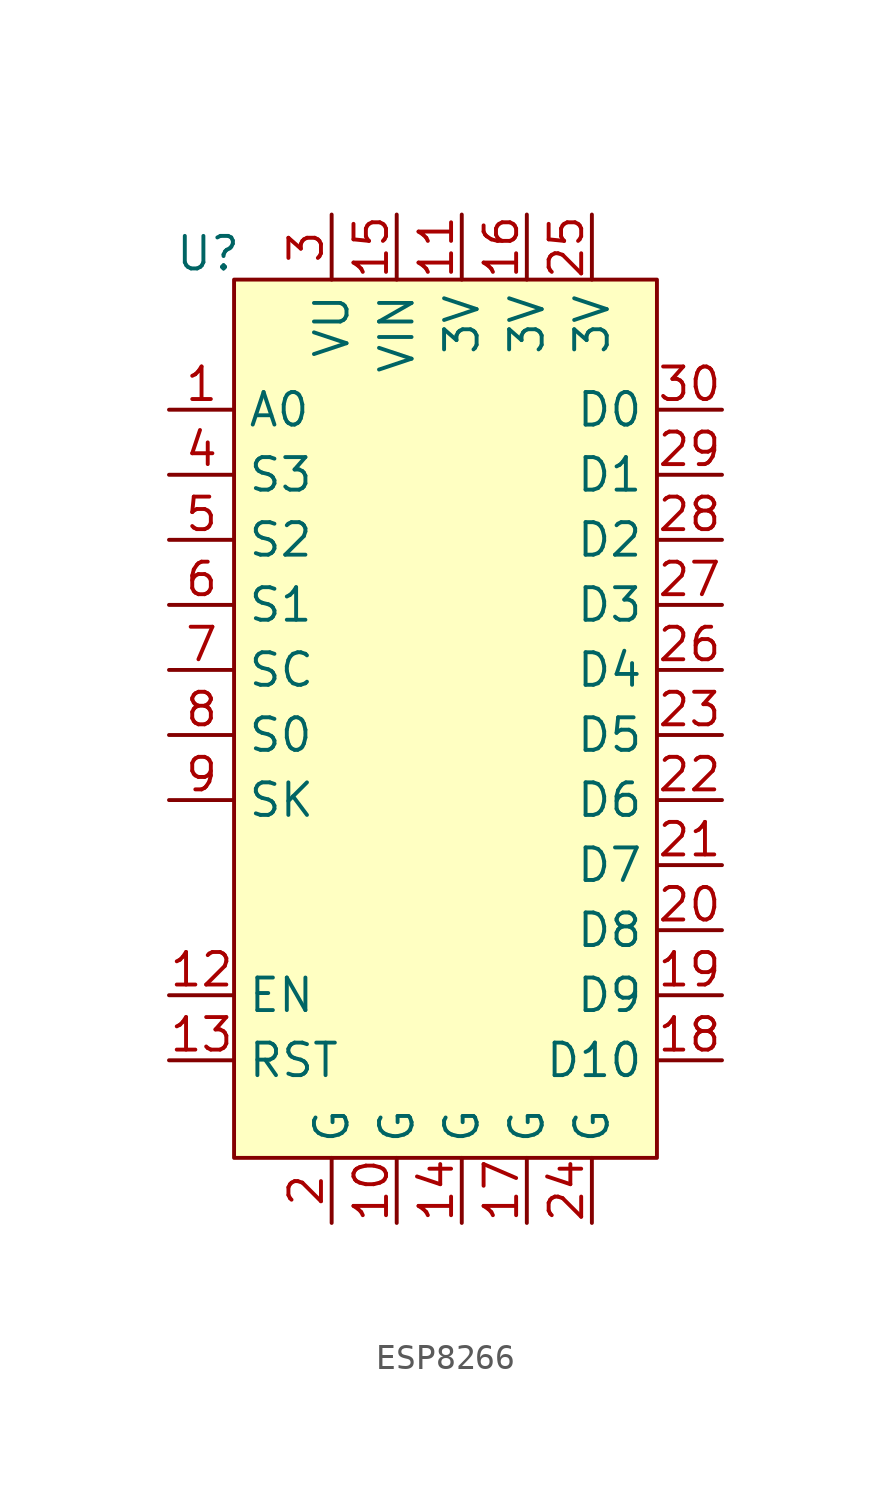
<source format=kicad_sym>
(kicad_symbol_lib
  (version 20231120)
  (generator "kicad_symbol_editor")
  (generator_version "8.0")
  (symbol "ESP8266"
    (property "Reference" "U"
      (at -8.636 14.986 0)
      (effects (font (size 1.27 1.27))))
    (property "Value" ""
      (at -5.08 15.24 0)
      (effects (font (size 1.27 1.27))))
    (symbol "ESP8266_1_1"
      (rectangle (start -7.62 13.97) (end 8.89 -20.32) (stroke (width 0) (type default)) (fill (type background)))
      (pin bidirectional line (at -10.16 8.89 0) (length 2.54) (name "A0" (effects (font (size 1.27 1.27)))) (number "1" (effects (font (size 1.27 1.27)))))
      (pin power_in line (at -1.27 -22.86 90) (length 2.54) (name "G" (effects (font (size 1.27 1.27)))) (number "10" (effects (font (size 1.27 1.27)))))
      (pin bidirectional line (at 1.27 16.51 270) (length 2.54) (name "3V" (effects (font (size 1.27 1.27)))) (number "11" (effects (font (size 1.27 1.27)))))
      (pin bidirectional line (at -10.16 -13.97 0) (length 2.54) (name "EN" (effects (font (size 1.27 1.27)))) (number "12" (effects (font (size 1.27 1.27)))))
      (pin bidirectional line (at -10.16 -16.51 0) (length 2.54) (name "RST" (effects (font (size 1.27 1.27)))) (number "13" (effects (font (size 1.27 1.27)))))
      (pin power_in line (at 1.27 -22.86 90) (length 2.54) (name "G" (effects (font (size 1.27 1.27)))) (number "14" (effects (font (size 1.27 1.27)))))
      (pin power_in line (at -1.27 16.51 270) (length 2.54) (name "VIN" (effects (font (size 1.27 1.27)))) (number "15" (effects (font (size 1.27 1.27)))))
      (pin bidirectional line (at 3.81 16.51 270) (length 2.54) (name "3V" (effects (font (size 1.27 1.27)))) (number "16" (effects (font (size 1.27 1.27)))))
      (pin power_in line (at 3.81 -22.86 90) (length 2.54) (name "G" (effects (font (size 1.27 1.27)))) (number "17" (effects (font (size 1.27 1.27)))))
      (pin output line (at 11.43 -16.51 180) (length 2.54) (name "D10" (effects (font (size 1.27 1.27)))) (number "18" (effects (font (size 1.27 1.27)))))
      (pin input line (at 11.43 -13.97 180) (length 2.54) (name "D9" (effects (font (size 1.27 1.27)))) (number "19" (effects (font (size 1.27 1.27)))))
      (pin power_in line (at -3.81 -22.86 90) (length 2.54) (name "G" (effects (font (size 1.27 1.27)))) (number "2" (effects (font (size 1.27 1.27)))))
      (pin bidirectional line (at 11.43 -11.43 180) (length 2.54) (name "D8" (effects (font (size 1.27 1.27)))) (number "20" (effects (font (size 1.27 1.27)))))
      (pin bidirectional line (at 11.43 -8.89 180) (length 2.54) (name "D7" (effects (font (size 1.27 1.27)))) (number "21" (effects (font (size 1.27 1.27)))))
      (pin bidirectional line (at 11.43 -6.35 180) (length 2.54) (name "D6" (effects (font (size 1.27 1.27)))) (number "22" (effects (font (size 1.27 1.27)))))
      (pin bidirectional line (at 11.43 -3.81 180) (length 2.54) (name "D5" (effects (font (size 1.27 1.27)))) (number "23" (effects (font (size 1.27 1.27)))))
      (pin power_in line (at 6.35 -22.86 90) (length 2.54) (name "G" (effects (font (size 1.27 1.27)))) (number "24" (effects (font (size 1.27 1.27)))))
      (pin bidirectional line (at 6.35 16.51 270) (length 2.54) (name "3V" (effects (font (size 1.27 1.27)))) (number "25" (effects (font (size 1.27 1.27)))))
      (pin bidirectional line (at 11.43 -1.27 180) (length 2.54) (name "D4" (effects (font (size 1.27 1.27)))) (number "26" (effects (font (size 1.27 1.27)))))
      (pin bidirectional line (at 11.43 1.27 180) (length 2.54) (name "D3" (effects (font (size 1.27 1.27)))) (number "27" (effects (font (size 1.27 1.27)))))
      (pin bidirectional line (at 11.43 3.81 180) (length 2.54) (name "D2" (effects (font (size 1.27 1.27)))) (number "28" (effects (font (size 1.27 1.27)))))
      (pin bidirectional line (at 11.43 6.35 180) (length 2.54) (name "D1" (effects (font (size 1.27 1.27)))) (number "29" (effects (font (size 1.27 1.27)))))
      (pin power_in line (at -3.81 16.51 270) (length 2.54) (name "VU" (effects (font (size 1.27 1.27)))) (number "3" (effects (font (size 1.27 1.27)))))
      (pin bidirectional line (at 11.43 8.89 180) (length 2.54) (name "D0" (effects (font (size 1.27 1.27)))) (number "30" (effects (font (size 1.27 1.27)))))
      (pin bidirectional line (at -10.16 6.35 0) (length 2.54) (name "S3" (effects (font (size 1.27 1.27)))) (number "4" (effects (font (size 1.27 1.27)))))
      (pin bidirectional line (at -10.16 3.81 0) (length 2.54) (name "S2" (effects (font (size 1.27 1.27)))) (number "5" (effects (font (size 1.27 1.27)))))
      (pin bidirectional line (at -10.16 1.27 0) (length 2.54) (name "S1" (effects (font (size 1.27 1.27)))) (number "6" (effects (font (size 1.27 1.27)))))
      (pin bidirectional line (at -10.16 -1.27 0) (length 2.54) (name "SC" (effects (font (size 1.27 1.27)))) (number "7" (effects (font (size 1.27 1.27)))))
      (pin bidirectional line (at -10.16 -3.81 0) (length 2.54) (name "S0" (effects (font (size 1.27 1.27)))) (number "8" (effects (font (size 1.27 1.27)))))
      (pin bidirectional line (at -10.16 -6.35 0) (length 2.54) (name "SK" (effects (font (size 1.27 1.27)))) (number "9" (effects (font (size 1.27 1.27))))))))
</source>
